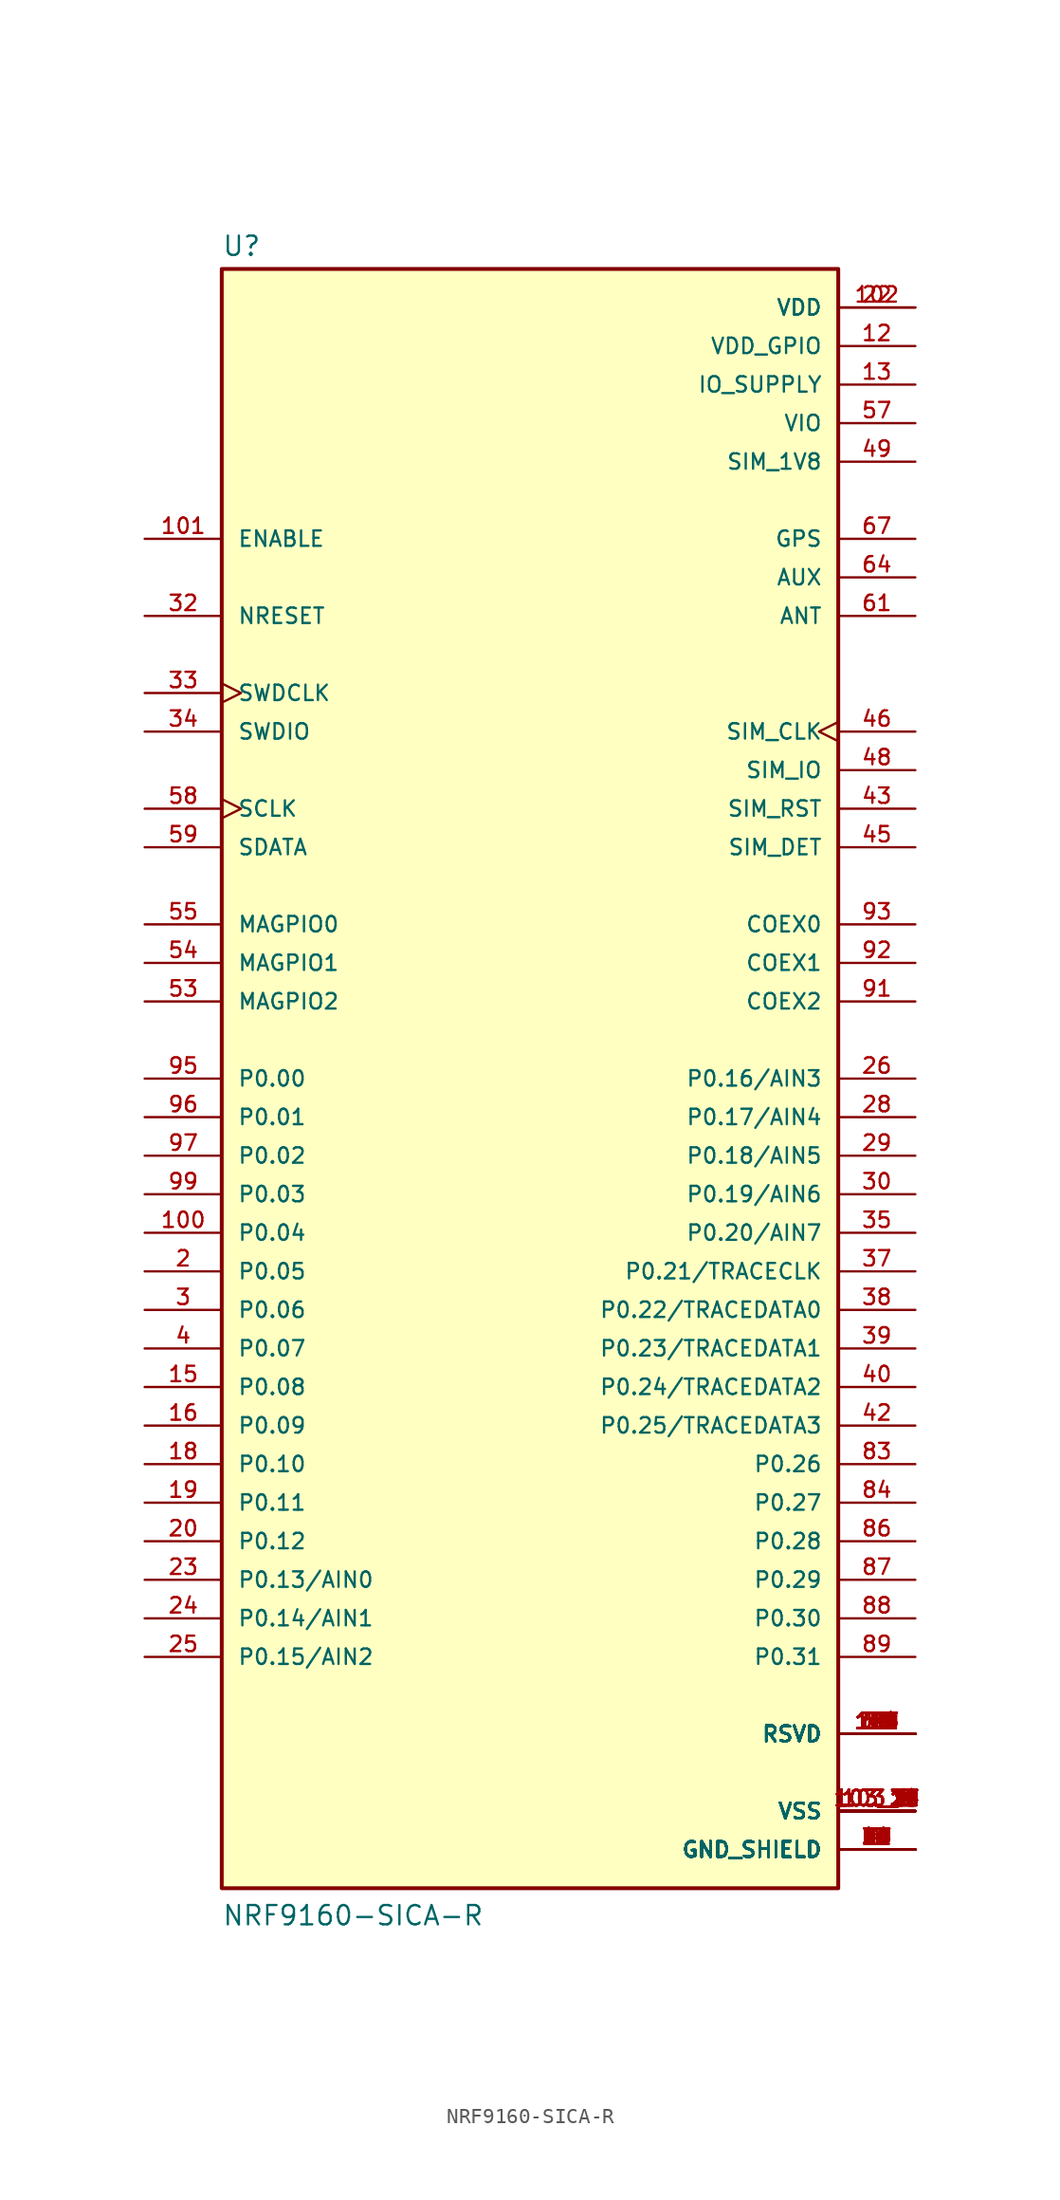
<source format=kicad_sym>
(kicad_symbol_lib
  (version 20211014)
  (generator kicad_symbol_editor)
  (symbol "NRF9160-SICA-R"
    (pin_names
      (offset 1.016))
    (property "Reference" "U"
      (at -20.32 54.102 0)
      (effects (font (size 1.27 1.27)) (justify bottom left)))
    (property "Value" "NRF9160-SICA-R"
      (at -20.32 -55.88 0)
      (effects (font (size 1.27 1.27)) (justify bottom left)))
    (symbol "NRF9160-SICA-R_0_0"
      (rectangle (start -20.32 -53.34) (end 20.32 53.34) (stroke (width 0.254)) (fill (type background)))
      (pin bidirectional line (at -25.4 -12.7 0) (length 5.08) (name "P0.05" (effects (font (size 1.016 1.016)))) (number "2" (effects (font (size 1.016 1.016)))))
      (pin bidirectional line (at -25.4 -15.24 0) (length 5.08) (name "P0.06" (effects (font (size 1.016 1.016)))) (number "3" (effects (font (size 1.016 1.016)))))
      (pin bidirectional line (at -25.4 -17.78 0) (length 5.08) (name "P0.07" (effects (font (size 1.016 1.016)))) (number "4" (effects (font (size 1.016 1.016)))))
      (pin bidirectional line (at -25.4 -20.32 0) (length 5.08) (name "P0.08" (effects (font (size 1.016 1.016)))) (number "15" (effects (font (size 1.016 1.016)))))
      (pin bidirectional line (at -25.4 -27.94 0) (length 5.08) (name "P0.11" (effects (font (size 1.016 1.016)))) (number "19" (effects (font (size 1.016 1.016)))))
      (pin bidirectional line (at -25.4 -22.86 0) (length 5.08) (name "P0.09" (effects (font (size 1.016 1.016)))) (number "16" (effects (font (size 1.016 1.016)))))
      (pin bidirectional line (at -25.4 -25.4 0) (length 5.08) (name "P0.10" (effects (font (size 1.016 1.016)))) (number "18" (effects (font (size 1.016 1.016)))))
      (pin bidirectional line (at -25.4 -30.48 0) (length 5.08) (name "P0.12" (effects (font (size 1.016 1.016)))) (number "20" (effects (font (size 1.016 1.016)))))
      (pin bidirectional line (at -25.4 -33.02 0) (length 5.08) (name "P0.13/AIN0" (effects (font (size 1.016 1.016)))) (number "23" (effects (font (size 1.016 1.016)))))
      (pin bidirectional line (at -25.4 -38.1 0) (length 5.08) (name "P0.15/AIN2" (effects (font (size 1.016 1.016)))) (number "25" (effects (font (size 1.016 1.016)))))
      (pin bidirectional line (at 25.4 0.0 180.0) (length 5.08) (name "P0.16/AIN3" (effects (font (size 1.016 1.016)))) (number "26" (effects (font (size 1.016 1.016)))))
      (pin bidirectional line (at 25.4 -2.54 180.0) (length 5.08) (name "P0.17/AIN4" (effects (font (size 1.016 1.016)))) (number "28" (effects (font (size 1.016 1.016)))))
      (pin bidirectional line (at 25.4 -5.08 180.0) (length 5.08) (name "P0.18/AIN5" (effects (font (size 1.016 1.016)))) (number "29" (effects (font (size 1.016 1.016)))))
      (pin bidirectional line (at 25.4 -7.62 180.0) (length 5.08) (name "P0.19/AIN6" (effects (font (size 1.016 1.016)))) (number "30" (effects (font (size 1.016 1.016)))))
      (pin input line (at -25.4 30.48 0) (length 5.08) (name "NRESET" (effects (font (size 1.016 1.016)))) (number "32" (effects (font (size 1.016 1.016)))))
      (pin input clock (at -25.4 25.4 0) (length 5.08) (name "SWDCLK" (effects (font (size 1.016 1.016)))) (number "33" (effects (font (size 1.016 1.016)))))
      (pin bidirectional line (at -25.4 22.86 0) (length 5.08) (name "SWDIO" (effects (font (size 1.016 1.016)))) (number "34" (effects (font (size 1.016 1.016)))))
      (pin bidirectional line (at 25.4 -15.24 180.0) (length 5.08) (name "P0.22/TRACEDATA0" (effects (font (size 1.016 1.016)))) (number "38" (effects (font (size 1.016 1.016)))))
      (pin bidirectional line (at 25.4 -10.16 180.0) (length 5.08) (name "P0.20/AIN7" (effects (font (size 1.016 1.016)))) (number "35" (effects (font (size 1.016 1.016)))))
      (pin bidirectional line (at 25.4 -12.7 180.0) (length 5.08) (name "P0.21/TRACECLK" (effects (font (size 1.016 1.016)))) (number "37" (effects (font (size 1.016 1.016)))))
      (pin bidirectional line (at 25.4 -17.78 180.0) (length 5.08) (name "P0.23/TRACEDATA1" (effects (font (size 1.016 1.016)))) (number "39" (effects (font (size 1.016 1.016)))))
      (pin bidirectional line (at 25.4 -20.32 180.0) (length 5.08) (name "P0.24/TRACEDATA2" (effects (font (size 1.016 1.016)))) (number "40" (effects (font (size 1.016 1.016)))))
      (pin bidirectional line (at 25.4 -22.86 180.0) (length 5.08) (name "P0.25/TRACEDATA3" (effects (font (size 1.016 1.016)))) (number "42" (effects (font (size 1.016 1.016)))))
      (pin bidirectional line (at 25.4 17.78 180.0) (length 5.08) (name "SIM_RST" (effects (font (size 1.016 1.016)))) (number "43" (effects (font (size 1.016 1.016)))))
      (pin bidirectional line (at 25.4 15.24 180.0) (length 5.08) (name "SIM_DET" (effects (font (size 1.016 1.016)))) (number "45" (effects (font (size 1.016 1.016)))))
      (pin bidirectional clock (at 25.4 22.86 180.0) (length 5.08) (name "SIM_CLK" (effects (font (size 1.016 1.016)))) (number "46" (effects (font (size 1.016 1.016)))))
      (pin bidirectional line (at 25.4 20.32 180.0) (length 5.08) (name "SIM_IO" (effects (font (size 1.016 1.016)))) (number "48" (effects (font (size 1.016 1.016)))))
      (pin bidirectional line (at -25.4 10.16 0) (length 5.08) (name "MAGPIO0" (effects (font (size 1.016 1.016)))) (number "55" (effects (font (size 1.016 1.016)))))
      (pin bidirectional line (at -25.4 15.24 0) (length 5.08) (name "SDATA" (effects (font (size 1.016 1.016)))) (number "59" (effects (font (size 1.016 1.016)))))
      (pin bidirectional clock (at -25.4 17.78 0) (length 5.08) (name "SCLK" (effects (font (size 1.016 1.016)))) (number "58" (effects (font (size 1.016 1.016)))))
      (pin bidirectional line (at 25.4 30.48 180.0) (length 5.08) (name "ANT" (effects (font (size 1.016 1.016)))) (number "61" (effects (font (size 1.016 1.016)))))
      (pin output line (at 25.4 33.02 180.0) (length 5.08) (name "AUX" (effects (font (size 1.016 1.016)))) (number "64" (effects (font (size 1.016 1.016)))))
      (pin input line (at 25.4 35.56 180.0) (length 5.08) (name "GPS" (effects (font (size 1.016 1.016)))) (number "67" (effects (font (size 1.016 1.016)))))
      (pin bidirectional line (at 25.4 -25.4 180.0) (length 5.08) (name "P0.26" (effects (font (size 1.016 1.016)))) (number "83" (effects (font (size 1.016 1.016)))))
      (pin bidirectional line (at 25.4 -27.94 180.0) (length 5.08) (name "P0.27" (effects (font (size 1.016 1.016)))) (number "84" (effects (font (size 1.016 1.016)))))
      (pin bidirectional line (at 25.4 -30.48 180.0) (length 5.08) (name "P0.28" (effects (font (size 1.016 1.016)))) (number "86" (effects (font (size 1.016 1.016)))))
      (pin bidirectional line (at 25.4 -33.02 180.0) (length 5.08) (name "P0.29" (effects (font (size 1.016 1.016)))) (number "87" (effects (font (size 1.016 1.016)))))
      (pin bidirectional line (at 25.4 -35.56 180.0) (length 5.08) (name "P0.30" (effects (font (size 1.016 1.016)))) (number "88" (effects (font (size 1.016 1.016)))))
      (pin bidirectional line (at 25.4 -38.1 180.0) (length 5.08) (name "P0.31" (effects (font (size 1.016 1.016)))) (number "89" (effects (font (size 1.016 1.016)))))
      (pin bidirectional line (at 25.4 10.16 180.0) (length 5.08) (name "COEX0" (effects (font (size 1.016 1.016)))) (number "93" (effects (font (size 1.016 1.016)))))
      (pin bidirectional line (at -25.4 -2.54 0) (length 5.08) (name "P0.01" (effects (font (size 1.016 1.016)))) (number "96" (effects (font (size 1.016 1.016)))))
      (pin bidirectional line (at -25.4 0.0 0) (length 5.08) (name "P0.00" (effects (font (size 1.016 1.016)))) (number "95" (effects (font (size 1.016 1.016)))))
      (pin bidirectional line (at -25.4 -5.08 0) (length 5.08) (name "P0.02" (effects (font (size 1.016 1.016)))) (number "97" (effects (font (size 1.016 1.016)))))
      (pin bidirectional line (at -25.4 -7.62 0) (length 5.08) (name "P0.03" (effects (font (size 1.016 1.016)))) (number "99" (effects (font (size 1.016 1.016)))))
      (pin bidirectional line (at -25.4 -10.16 0) (length 5.08) (name "P0.04" (effects (font (size 1.016 1.016)))) (number "100" (effects (font (size 1.016 1.016)))))
      (pin input line (at -25.4 35.56 0) (length 5.08) (name "ENABLE" (effects (font (size 1.016 1.016)))) (number "101" (effects (font (size 1.016 1.016)))))
      (pin bidirectional line (at -25.4 7.62 0) (length 5.08) (name "MAGPIO1" (effects (font (size 1.016 1.016)))) (number "54" (effects (font (size 1.016 1.016)))))
      (pin bidirectional line (at -25.4 5.08 0) (length 5.08) (name "MAGPIO2" (effects (font (size 1.016 1.016)))) (number "53" (effects (font (size 1.016 1.016)))))
      (pin bidirectional line (at 25.4 7.62 180.0) (length 5.08) (name "COEX1" (effects (font (size 1.016 1.016)))) (number "92" (effects (font (size 1.016 1.016)))))
      (pin bidirectional line (at 25.4 5.08 180.0) (length 5.08) (name "COEX2" (effects (font (size 1.016 1.016)))) (number "91" (effects (font (size 1.016 1.016)))))
      (pin bidirectional line (at -25.4 -35.56 0) (length 5.08) (name "P0.14/AIN1" (effects (font (size 1.016 1.016)))) (number "24" (effects (font (size 1.016 1.016)))))
      (pin power_in line (at 25.4 -50.8 180.0) (length 5.08) (name "GND_SHIELD" (effects (font (size 1.016 1.016)))) (number "1" (effects (font (size 1.016 1.016)))))
      (pin power_in line (at 25.4 -50.8 180.0) (length 5.08) (name "GND_SHIELD" (effects (font (size 1.016 1.016)))) (number "5" (effects (font (size 1.016 1.016)))))
      (pin power_in line (at 25.4 -50.8 180.0) (length 5.08) (name "GND_SHIELD" (effects (font (size 1.016 1.016)))) (number "9" (effects (font (size 1.016 1.016)))))
      (pin power_in line (at 25.4 -50.8 180.0) (length 5.08) (name "GND_SHIELD" (effects (font (size 1.016 1.016)))) (number "14" (effects (font (size 1.016 1.016)))))
      (pin power_in line (at 25.4 -50.8 180.0) (length 5.08) (name "GND_SHIELD" (effects (font (size 1.016 1.016)))) (number "17" (effects (font (size 1.016 1.016)))))
      (pin power_in line (at 25.4 -50.8 180.0) (length 5.08) (name "GND_SHIELD" (effects (font (size 1.016 1.016)))) (number "21" (effects (font (size 1.016 1.016)))))
      (pin power_in line (at 25.4 -50.8 180.0) (length 5.08) (name "GND_SHIELD" (effects (font (size 1.016 1.016)))) (number "27" (effects (font (size 1.016 1.016)))))
      (pin power_in line (at 25.4 -50.8 180.0) (length 5.08) (name "GND_SHIELD" (effects (font (size 1.016 1.016)))) (number "31" (effects (font (size 1.016 1.016)))))
      (pin power_in line (at 25.4 -50.8 180.0) (length 5.08) (name "GND_SHIELD" (effects (font (size 1.016 1.016)))) (number "36" (effects (font (size 1.016 1.016)))))
      (pin power_in line (at 25.4 -50.8 180.0) (length 5.08) (name "GND_SHIELD" (effects (font (size 1.016 1.016)))) (number "41" (effects (font (size 1.016 1.016)))))
      (pin power_in line (at 25.4 -50.8 180.0) (length 5.08) (name "GND_SHIELD" (effects (font (size 1.016 1.016)))) (number "44" (effects (font (size 1.016 1.016)))))
      (pin power_in line (at 25.4 -50.8 180.0) (length 5.08) (name "GND_SHIELD" (effects (font (size 1.016 1.016)))) (number "47" (effects (font (size 1.016 1.016)))))
      (pin power_in line (at 25.4 -50.8 180.0) (length 5.08) (name "GND_SHIELD" (effects (font (size 1.016 1.016)))) (number "50" (effects (font (size 1.016 1.016)))))
      (pin power_in line (at 25.4 -50.8 180.0) (length 5.08) (name "GND_SHIELD" (effects (font (size 1.016 1.016)))) (number "52" (effects (font (size 1.016 1.016)))))
      (pin power_in line (at 25.4 -50.8 180.0) (length 5.08) (name "GND_SHIELD" (effects (font (size 1.016 1.016)))) (number "56" (effects (font (size 1.016 1.016)))))
      (pin power_in line (at 25.4 -50.8 180.0) (length 5.08) (name "GND_SHIELD" (effects (font (size 1.016 1.016)))) (number "60" (effects (font (size 1.016 1.016)))))
      (pin power_in line (at 25.4 -50.8 180.0) (length 5.08) (name "GND_SHIELD" (effects (font (size 1.016 1.016)))) (number "62" (effects (font (size 1.016 1.016)))))
      (pin power_in line (at 25.4 -50.8 180.0) (length 5.08) (name "GND_SHIELD" (effects (font (size 1.016 1.016)))) (number "63" (effects (font (size 1.016 1.016)))))
      (pin power_in line (at 25.4 -50.8 180.0) (length 5.08) (name "GND_SHIELD" (effects (font (size 1.016 1.016)))) (number "65" (effects (font (size 1.016 1.016)))))
      (pin power_in line (at 25.4 -50.8 180.0) (length 5.08) (name "GND_SHIELD" (effects (font (size 1.016 1.016)))) (number "66" (effects (font (size 1.016 1.016)))))
      (pin power_in line (at 25.4 -50.8 180.0) (length 5.08) (name "GND_SHIELD" (effects (font (size 1.016 1.016)))) (number "72" (effects (font (size 1.016 1.016)))))
      (pin power_in line (at 25.4 -50.8 180.0) (length 5.08) (name "GND_SHIELD" (effects (font (size 1.016 1.016)))) (number "74" (effects (font (size 1.016 1.016)))))
      (pin power_in line (at 25.4 -50.8 180.0) (length 5.08) (name "GND_SHIELD" (effects (font (size 1.016 1.016)))) (number "75" (effects (font (size 1.016 1.016)))))
      (pin power_in line (at 25.4 -50.8 180.0) (length 5.08) (name "GND_SHIELD" (effects (font (size 1.016 1.016)))) (number "76" (effects (font (size 1.016 1.016)))))
      (pin power_in line (at 25.4 -50.8 180.0) (length 5.08) (name "GND_SHIELD" (effects (font (size 1.016 1.016)))) (number "77" (effects (font (size 1.016 1.016)))))
      (pin power_in line (at 25.4 -50.8 180.0) (length 5.08) (name "GND_SHIELD" (effects (font (size 1.016 1.016)))) (number "78" (effects (font (size 1.016 1.016)))))
      (pin power_in line (at 25.4 -50.8 180.0) (length 5.08) (name "GND_SHIELD" (effects (font (size 1.016 1.016)))) (number "79" (effects (font (size 1.016 1.016)))))
      (pin power_in line (at 25.4 -50.8 180.0) (length 5.08) (name "GND_SHIELD" (effects (font (size 1.016 1.016)))) (number "80" (effects (font (size 1.016 1.016)))))
      (pin power_in line (at 25.4 -50.8 180.0) (length 5.08) (name "GND_SHIELD" (effects (font (size 1.016 1.016)))) (number "81" (effects (font (size 1.016 1.016)))))
      (pin power_in line (at 25.4 -50.8 180.0) (length 5.08) (name "GND_SHIELD" (effects (font (size 1.016 1.016)))) (number "82" (effects (font (size 1.016 1.016)))))
      (pin power_in line (at 25.4 -50.8 180.0) (length 5.08) (name "GND_SHIELD" (effects (font (size 1.016 1.016)))) (number "85" (effects (font (size 1.016 1.016)))))
      (pin power_in line (at 25.4 -50.8 180.0) (length 5.08) (name "GND_SHIELD" (effects (font (size 1.016 1.016)))) (number "90" (effects (font (size 1.016 1.016)))))
      (pin power_in line (at 25.4 -50.8 180.0) (length 5.08) (name "GND_SHIELD" (effects (font (size 1.016 1.016)))) (number "94" (effects (font (size 1.016 1.016)))))
      (pin power_in line (at 25.4 -50.8 180.0) (length 5.08) (name "GND_SHIELD" (effects (font (size 1.016 1.016)))) (number "98" (effects (font (size 1.016 1.016)))))
      (pin power_in line (at 25.4 48.26 180.0) (length 5.08) (name "VDD_GPIO" (effects (font (size 1.016 1.016)))) (number "12" (effects (font (size 1.016 1.016)))))
      (pin power_in line (at 25.4 45.72 180.0) (length 5.08) (name "IO_SUPPLY" (effects (font (size 1.016 1.016)))) (number "13" (effects (font (size 1.016 1.016)))))
      (pin power_in line (at 25.4 40.64 180.0) (length 5.08) (name "SIM_1V8" (effects (font (size 1.016 1.016)))) (number "49" (effects (font (size 1.016 1.016)))))
      (pin power_in line (at 25.4 43.18 180.0) (length 5.08) (name "VIO" (effects (font (size 1.016 1.016)))) (number "57" (effects (font (size 1.016 1.016)))))
      (pin power_in line (at 25.4 -48.26 180.0) (length 5.08) (name "VSS" (effects (font (size 1.016 1.016)))) (number "103_1" (effects (font (size 1.016 1.016)))))
      (pin power_in line (at 25.4 -48.26 180.0) (length 5.08) (name "VSS" (effects (font (size 1.016 1.016)))) (number "103_2" (effects (font (size 1.016 1.016)))))
      (pin power_in line (at 25.4 -48.26 180.0) (length 5.08) (name "VSS" (effects (font (size 1.016 1.016)))) (number "103_3" (effects (font (size 1.016 1.016)))))
      (pin power_in line (at 25.4 -48.26 180.0) (length 5.08) (name "VSS" (effects (font (size 1.016 1.016)))) (number "103_4" (effects (font (size 1.016 1.016)))))
      (pin power_in line (at 25.4 -48.26 180.0) (length 5.08) (name "VSS" (effects (font (size 1.016 1.016)))) (number "103_5" (effects (font (size 1.016 1.016)))))
      (pin power_in line (at 25.4 -48.26 180.0) (length 5.08) (name "VSS" (effects (font (size 1.016 1.016)))) (number "103_6" (effects (font (size 1.016 1.016)))))
      (pin power_in line (at 25.4 -48.26 180.0) (length 5.08) (name "VSS" (effects (font (size 1.016 1.016)))) (number "103_7" (effects (font (size 1.016 1.016)))))
      (pin power_in line (at 25.4 -48.26 180.0) (length 5.08) (name "VSS" (effects (font (size 1.016 1.016)))) (number "103_8" (effects (font (size 1.016 1.016)))))
      (pin power_in line (at 25.4 -48.26 180.0) (length 5.08) (name "VSS" (effects (font (size 1.016 1.016)))) (number "103_9" (effects (font (size 1.016 1.016)))))
      (pin power_in line (at 25.4 -48.26 180.0) (length 5.08) (name "VSS" (effects (font (size 1.016 1.016)))) (number "103_10" (effects (font (size 1.016 1.016)))))
      (pin power_in line (at 25.4 -48.26 180.0) (length 5.08) (name "VSS" (effects (font (size 1.016 1.016)))) (number "103_11" (effects (font (size 1.016 1.016)))))
      (pin power_in line (at 25.4 -48.26 180.0) (length 5.08) (name "VSS" (effects (font (size 1.016 1.016)))) (number "103_12" (effects (font (size 1.016 1.016)))))
      (pin power_in line (at 25.4 -48.26 180.0) (length 5.08) (name "VSS" (effects (font (size 1.016 1.016)))) (number "103_13" (effects (font (size 1.016 1.016)))))
      (pin power_in line (at 25.4 -48.26 180.0) (length 5.08) (name "VSS" (effects (font (size 1.016 1.016)))) (number "103_14" (effects (font (size 1.016 1.016)))))
      (pin power_in line (at 25.4 -48.26 180.0) (length 5.08) (name "VSS" (effects (font (size 1.016 1.016)))) (number "103_15" (effects (font (size 1.016 1.016)))))
      (pin power_in line (at 25.4 -48.26 180.0) (length 5.08) (name "VSS" (effects (font (size 1.016 1.016)))) (number "103_16" (effects (font (size 1.016 1.016)))))
      (pin power_in line (at 25.4 -48.26 180.0) (length 5.08) (name "VSS" (effects (font (size 1.016 1.016)))) (number "103_17" (effects (font (size 1.016 1.016)))))
      (pin power_in line (at 25.4 -48.26 180.0) (length 5.08) (name "VSS" (effects (font (size 1.016 1.016)))) (number "103_18" (effects (font (size 1.016 1.016)))))
      (pin power_in line (at 25.4 -48.26 180.0) (length 5.08) (name "VSS" (effects (font (size 1.016 1.016)))) (number "103_19" (effects (font (size 1.016 1.016)))))
      (pin power_in line (at 25.4 -48.26 180.0) (length 5.08) (name "VSS" (effects (font (size 1.016 1.016)))) (number "103_20" (effects (font (size 1.016 1.016)))))
      (pin power_in line (at 25.4 -48.26 180.0) (length 5.08) (name "VSS" (effects (font (size 1.016 1.016)))) (number "103_21" (effects (font (size 1.016 1.016)))))
      (pin power_in line (at 25.4 -48.26 180.0) (length 5.08) (name "VSS" (effects (font (size 1.016 1.016)))) (number "103_22" (effects (font (size 1.016 1.016)))))
      (pin power_in line (at 25.4 -48.26 180.0) (length 5.08) (name "VSS" (effects (font (size 1.016 1.016)))) (number "103_23" (effects (font (size 1.016 1.016)))))
      (pin power_in line (at 25.4 -48.26 180.0) (length 5.08) (name "VSS" (effects (font (size 1.016 1.016)))) (number "103_24" (effects (font (size 1.016 1.016)))))
      (pin power_in line (at 25.4 -48.26 180.0) (length 5.08) (name "VSS" (effects (font (size 1.016 1.016)))) (number "103_25" (effects (font (size 1.016 1.016)))))
      (pin power_in line (at 25.4 -48.26 180.0) (length 5.08) (name "VSS" (effects (font (size 1.016 1.016)))) (number "103_26" (effects (font (size 1.016 1.016)))))
      (pin power_in line (at 25.4 -48.26 180.0) (length 5.08) (name "VSS" (effects (font (size 1.016 1.016)))) (number "103_27" (effects (font (size 1.016 1.016)))))
      (pin power_in line (at 25.4 -48.26 180.0) (length 5.08) (name "VSS" (effects (font (size 1.016 1.016)))) (number "103_28" (effects (font (size 1.016 1.016)))))
      (pin power_in line (at 25.4 -48.26 180.0) (length 5.08) (name "VSS" (effects (font (size 1.016 1.016)))) (number "103_29" (effects (font (size 1.016 1.016)))))
      (pin power_in line (at 25.4 -48.26 180.0) (length 5.08) (name "VSS" (effects (font (size 1.016 1.016)))) (number "103_30" (effects (font (size 1.016 1.016)))))
      (pin power_in line (at 25.4 -48.26 180.0) (length 5.08) (name "VSS" (effects (font (size 1.016 1.016)))) (number "103_31" (effects (font (size 1.016 1.016)))))
      (pin power_in line (at 25.4 -48.26 180.0) (length 5.08) (name "VSS" (effects (font (size 1.016 1.016)))) (number "103_32" (effects (font (size 1.016 1.016)))))
      (pin power_in line (at 25.4 -48.26 180.0) (length 5.08) (name "VSS" (effects (font (size 1.016 1.016)))) (number "103_33" (effects (font (size 1.016 1.016)))))
      (pin power_in line (at 25.4 -48.26 180.0) (length 5.08) (name "VSS" (effects (font (size 1.016 1.016)))) (number "103_34" (effects (font (size 1.016 1.016)))))
      (pin power_in line (at 25.4 -48.26 180.0) (length 5.08) (name "VSS" (effects (font (size 1.016 1.016)))) (number "103_35" (effects (font (size 1.016 1.016)))))
      (pin passive line (at 25.4 -43.18 180.0) (length 5.08) (name "RSVD" (effects (font (size 1.016 1.016)))) (number "6" (effects (font (size 1.016 1.016)))))
      (pin passive line (at 25.4 -43.18 180.0) (length 5.08) (name "RSVD" (effects (font (size 1.016 1.016)))) (number "7" (effects (font (size 1.016 1.016)))))
      (pin passive line (at 25.4 -43.18 180.0) (length 5.08) (name "RSVD" (effects (font (size 1.016 1.016)))) (number "8" (effects (font (size 1.016 1.016)))))
      (pin passive line (at 25.4 -43.18 180.0) (length 5.08) (name "RSVD" (effects (font (size 1.016 1.016)))) (number "10" (effects (font (size 1.016 1.016)))))
      (pin passive line (at 25.4 -43.18 180.0) (length 5.08) (name "RSVD" (effects (font (size 1.016 1.016)))) (number "11" (effects (font (size 1.016 1.016)))))
      (pin passive line (at 25.4 -43.18 180.0) (length 5.08) (name "RSVD" (effects (font (size 1.016 1.016)))) (number "51" (effects (font (size 1.016 1.016)))))
      (pin passive line (at 25.4 -43.18 180.0) (length 5.08) (name "RSVD" (effects (font (size 1.016 1.016)))) (number "68" (effects (font (size 1.016 1.016)))))
      (pin passive line (at 25.4 -43.18 180.0) (length 5.08) (name "RSVD" (effects (font (size 1.016 1.016)))) (number "69" (effects (font (size 1.016 1.016)))))
      (pin passive line (at 25.4 -43.18 180.0) (length 5.08) (name "RSVD" (effects (font (size 1.016 1.016)))) (number "70" (effects (font (size 1.016 1.016)))))
      (pin passive line (at 25.4 -43.18 180.0) (length 5.08) (name "RSVD" (effects (font (size 1.016 1.016)))) (number "71" (effects (font (size 1.016 1.016)))))
      (pin passive line (at 25.4 -43.18 180.0) (length 5.08) (name "RSVD" (effects (font (size 1.016 1.016)))) (number "73" (effects (font (size 1.016 1.016)))))
      (pin passive line (at 25.4 -43.18 180.0) (length 5.08) (name "RSVD" (effects (font (size 1.016 1.016)))) (number "104" (effects (font (size 1.016 1.016)))))
      (pin passive line (at 25.4 -43.18 180.0) (length 5.08) (name "RSVD" (effects (font (size 1.016 1.016)))) (number "105" (effects (font (size 1.016 1.016)))))
      (pin passive line (at 25.4 -43.18 180.0) (length 5.08) (name "RSVD" (effects (font (size 1.016 1.016)))) (number "106" (effects (font (size 1.016 1.016)))))
      (pin passive line (at 25.4 -43.18 180.0) (length 5.08) (name "RSVD" (effects (font (size 1.016 1.016)))) (number "107" (effects (font (size 1.016 1.016)))))
      (pin passive line (at 25.4 -43.18 180.0) (length 5.08) (name "RSVD" (effects (font (size 1.016 1.016)))) (number "108" (effects (font (size 1.016 1.016)))))
      (pin passive line (at 25.4 -43.18 180.0) (length 5.08) (name "RSVD" (effects (font (size 1.016 1.016)))) (number "109" (effects (font (size 1.016 1.016)))))
      (pin passive line (at 25.4 -43.18 180.0) (length 5.08) (name "RSVD" (effects (font (size 1.016 1.016)))) (number "110" (effects (font (size 1.016 1.016)))))
      (pin passive line (at 25.4 -43.18 180.0) (length 5.08) (name "RSVD" (effects (font (size 1.016 1.016)))) (number "111" (effects (font (size 1.016 1.016)))))
      (pin passive line (at 25.4 -43.18 180.0) (length 5.08) (name "RSVD" (effects (font (size 1.016 1.016)))) (number "112" (effects (font (size 1.016 1.016)))))
      (pin passive line (at 25.4 -43.18 180.0) (length 5.08) (name "RSVD" (effects (font (size 1.016 1.016)))) (number "113" (effects (font (size 1.016 1.016)))))
      (pin passive line (at 25.4 -43.18 180.0) (length 5.08) (name "RSVD" (effects (font (size 1.016 1.016)))) (number "114" (effects (font (size 1.016 1.016)))))
      (pin passive line (at 25.4 -43.18 180.0) (length 5.08) (name "RSVD" (effects (font (size 1.016 1.016)))) (number "115" (effects (font (size 1.016 1.016)))))
      (pin passive line (at 25.4 -43.18 180.0) (length 5.08) (name "RSVD" (effects (font (size 1.016 1.016)))) (number "116" (effects (font (size 1.016 1.016)))))
      (pin passive line (at 25.4 -43.18 180.0) (length 5.08) (name "RSVD" (effects (font (size 1.016 1.016)))) (number "117" (effects (font (size 1.016 1.016)))))
      (pin passive line (at 25.4 -43.18 180.0) (length 5.08) (name "RSVD" (effects (font (size 1.016 1.016)))) (number "118" (effects (font (size 1.016 1.016)))))
      (pin passive line (at 25.4 -43.18 180.0) (length 5.08) (name "RSVD" (effects (font (size 1.016 1.016)))) (number "119" (effects (font (size 1.016 1.016)))))
      (pin passive line (at 25.4 -43.18 180.0) (length 5.08) (name "RSVD" (effects (font (size 1.016 1.016)))) (number "120" (effects (font (size 1.016 1.016)))))
      (pin passive line (at 25.4 -43.18 180.0) (length 5.08) (name "RSVD" (effects (font (size 1.016 1.016)))) (number "121" (effects (font (size 1.016 1.016)))))
      (pin passive line (at 25.4 -43.18 180.0) (length 5.08) (name "RSVD" (effects (font (size 1.016 1.016)))) (number "122" (effects (font (size 1.016 1.016)))))
      (pin passive line (at 25.4 -43.18 180.0) (length 5.08) (name "RSVD" (effects (font (size 1.016 1.016)))) (number "123" (effects (font (size 1.016 1.016)))))
      (pin passive line (at 25.4 -43.18 180.0) (length 5.08) (name "RSVD" (effects (font (size 1.016 1.016)))) (number "124" (effects (font (size 1.016 1.016)))))
      (pin passive line (at 25.4 -43.18 180.0) (length 5.08) (name "RSVD" (effects (font (size 1.016 1.016)))) (number "125" (effects (font (size 1.016 1.016)))))
      (pin passive line (at 25.4 -43.18 180.0) (length 5.08) (name "RSVD" (effects (font (size 1.016 1.016)))) (number "126" (effects (font (size 1.016 1.016)))))
      (pin passive line (at 25.4 -43.18 180.0) (length 5.08) (name "RSVD" (effects (font (size 1.016 1.016)))) (number "127" (effects (font (size 1.016 1.016)))))
      (pin power_in line (at 25.4 50.8 180.0) (length 5.08) (name "VDD" (effects (font (size 1.016 1.016)))) (number "22" (effects (font (size 1.016 1.016)))))
      (pin power_in line (at 25.4 50.8 180.0) (length 5.08) (name "VDD" (effects (font (size 1.016 1.016)))) (number "102" (effects (font (size 1.016 1.016))))))))
</source>
